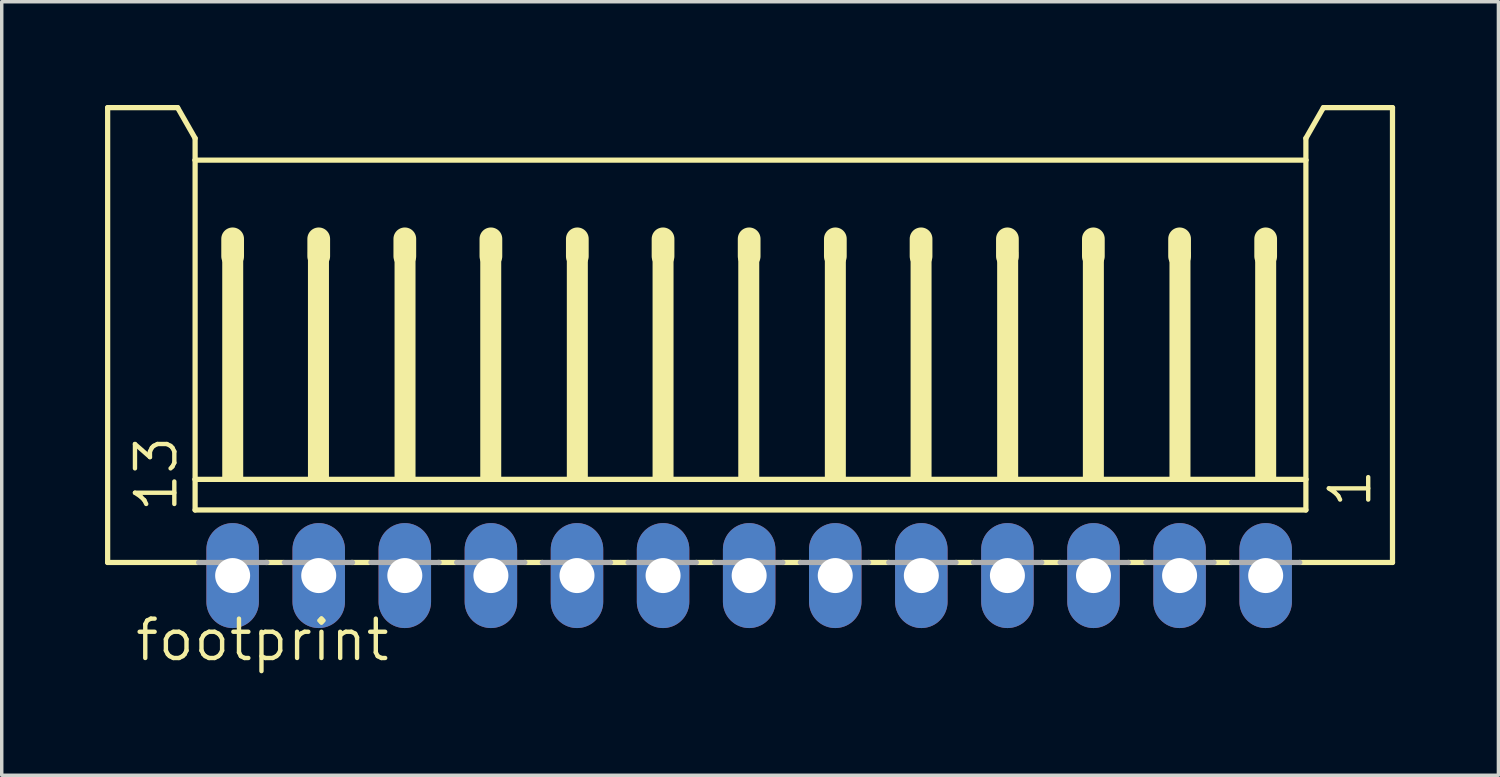
<source format=kicad_pcb>
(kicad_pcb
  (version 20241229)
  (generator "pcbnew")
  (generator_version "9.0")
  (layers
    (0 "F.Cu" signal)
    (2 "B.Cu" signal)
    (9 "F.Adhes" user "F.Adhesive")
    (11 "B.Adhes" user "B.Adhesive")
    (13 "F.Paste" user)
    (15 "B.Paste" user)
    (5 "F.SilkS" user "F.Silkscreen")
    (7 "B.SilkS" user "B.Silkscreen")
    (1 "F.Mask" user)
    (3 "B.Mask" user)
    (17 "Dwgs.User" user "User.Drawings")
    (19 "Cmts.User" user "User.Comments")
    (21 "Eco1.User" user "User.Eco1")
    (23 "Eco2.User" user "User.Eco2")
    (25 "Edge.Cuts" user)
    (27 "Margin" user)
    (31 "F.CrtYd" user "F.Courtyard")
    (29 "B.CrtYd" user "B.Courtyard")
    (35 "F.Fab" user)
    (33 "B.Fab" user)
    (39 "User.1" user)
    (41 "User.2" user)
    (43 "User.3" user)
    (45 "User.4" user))
  (footprint "footprint"
    (layer "F.Cu")
    (at 18.706 7.415)
    (property "Reference" "footprint" (at -17.893 8.79 0) (layer "F.SilkS") (effects (font (size 1.143 1.143) (thickness 0.127)) (justify left bottom)))
    (fp_line (start -18.63 -7.339) (end -16.598 -7.339) (stroke (width 0.152) (type solid)) (layer "F.SilkS"))
    (fp_line (start -18.63 5.869) (end -18.63 -7.339) (stroke (width 0.152) (type solid)) (layer "F.SilkS"))
    (fp_line (start -16.598 -7.339) (end -16.09 -6.45) (stroke (width 0.152) (type solid)) (layer "F.SilkS"))
    (fp_line (start -16.09 -6.45) (end -16.09 -5.815) (stroke (width 0.152) (type solid)) (layer "F.SilkS"))
    (fp_line (start -16.09 -5.815) (end -16.09 3.456) (stroke (width 0.152) (type solid)) (layer "F.SilkS"))
    (fp_line (start -16.09 3.456) (end -16.09 4.345) (stroke (width 0.152) (type solid)) (layer "F.SilkS"))
    (fp_line (start -16.013 5.869) (end -18.63 5.869) (stroke (width 0.152) (type solid)) (layer "F.SilkS"))
    (fp_line (start -15 -3.529) (end -15 -3.021) (stroke (width 0.66) (type solid)) (layer "F.SilkS"))
    (fp_line (start -13.524 5.869) (end -14.032 5.869) (stroke (width 0.152) (type solid)) (layer "F.SilkS"))
    (fp_line (start -12.5 -3.529) (end -12.5 -3.021) (stroke (width 0.66) (type solid)) (layer "F.SilkS"))
    (fp_line (start -11.035 5.869) (end -11.543 5.869) (stroke (width 0.152) (type solid)) (layer "F.SilkS"))
    (fp_line (start -10 -3.529) (end -10 -3.021) (stroke (width 0.66) (type solid)) (layer "F.SilkS"))
    (fp_line (start -8.52 5.869) (end -9.028 5.869) (stroke (width 0.152) (type solid)) (layer "F.SilkS"))
    (fp_line (start -7.5 -3.529) (end -7.5 -3.021) (stroke (width 0.66) (type solid)) (layer "F.SilkS"))
    (fp_line (start -6.006 5.869) (end -6.514 5.869) (stroke (width 0.152) (type solid)) (layer "F.SilkS"))
    (fp_line (start -4.99 -3.529) (end -4.99 -3.021) (stroke (width 0.66) (type solid)) (layer "F.SilkS"))
    (fp_line (start -3.517 5.869) (end -4.025 5.869) (stroke (width 0.152) (type solid)) (layer "F.SilkS"))
    (fp_line (start -2.501 -3.529) (end -2.501 -3.021) (stroke (width 0.66) (type solid)) (layer "F.SilkS"))
    (fp_line (start -1.002 5.869) (end -1.535 5.869) (stroke (width 0.152) (type solid)) (layer "F.SilkS"))
    (fp_line (start 0 -3.529) (end 0 -3.021) (stroke (width 0.66) (type solid)) (layer "F.SilkS"))
    (fp_line (start 1.487 5.869) (end 0.979 5.869) (stroke (width 0.152) (type solid)) (layer "F.SilkS"))
    (fp_line (start 2.503 -3.529) (end 2.503 -3.021) (stroke (width 0.66) (type solid)) (layer "F.SilkS"))
    (fp_line (start 4.053 5.869) (end 3.468 5.869) (stroke (width 0.152) (type solid)) (layer "F.SilkS"))
    (fp_line (start 4.992 -3.529) (end 4.992 -3.021) (stroke (width 0.66) (type solid)) (layer "F.SilkS"))
    (fp_line (start 6.516 5.869) (end 6.008 5.869) (stroke (width 0.152) (type solid)) (layer "F.SilkS"))
    (fp_line (start 7.5 -3.529) (end 7.5 -3.021) (stroke (width 0.66) (type solid)) (layer "F.SilkS"))
    (fp_line (start 9.031 5.869) (end 8.498 5.869) (stroke (width 0.152) (type solid)) (layer "F.SilkS"))
    (fp_line (start 9.996 -3.529) (end 9.996 -3.021) (stroke (width 0.66) (type solid)) (layer "F.SilkS"))
    (fp_line (start 11.52 5.869) (end 11.012 5.869) (stroke (width 0.152) (type solid)) (layer "F.SilkS"))
    (fp_line (start 12.5 -3.529) (end 12.5 -3.021) (stroke (width 0.66) (type solid)) (layer "F.SilkS"))
    (fp_line (start 14.009 5.869) (end 13.501 5.869) (stroke (width 0.152) (type solid)) (layer "F.SilkS"))
    (fp_line (start 15 -3.529) (end 15 -3.021) (stroke (width 0.66) (type solid)) (layer "F.SilkS"))
    (fp_line (start 16.168 -6.45) (end 16.168 -5.815) (stroke (width 0.152) (type solid)) (layer "F.SilkS"))
    (fp_line (start 16.168 -6.45) (end 16.676 -7.339) (stroke (width 0.152) (type solid)) (layer "F.SilkS"))
    (fp_line (start 16.168 -5.815) (end -16.09 -5.815) (stroke (width 0.152) (type solid)) (layer "F.SilkS"))
    (fp_line (start 16.168 -5.815) (end 16.168 3.456) (stroke (width 0.152) (type solid)) (layer "F.SilkS"))
    (fp_line (start 16.168 3.456) (end -16.09 3.456) (stroke (width 0.152) (type solid)) (layer "F.SilkS"))
    (fp_line (start 16.168 3.456) (end 16.168 4.345) (stroke (width 0.152) (type solid)) (layer "F.SilkS"))
    (fp_line (start 16.168 4.345) (end -16.09 4.345) (stroke (width 0.152) (type solid)) (layer "F.SilkS"))
    (fp_line (start 18.683 -7.339) (end 16.676 -7.339) (stroke (width 0.152) (type solid)) (layer "F.SilkS"))
    (fp_line (start 18.683 5.869) (end 15.991 5.869) (stroke (width 0.152) (type solid)) (layer "F.SilkS"))
    (fp_line (start 18.683 5.869) (end 18.683 -7.339) (stroke (width 0.152) (type solid)) (layer "F.SilkS"))
    (fp_poly (pts (xy -15.302 3.456) (xy -14.693 3.456) (xy -14.693 -3.148) (xy -15.302 -3.148)) (stroke (width 0) (type solid)) (fill yes) (layer "F.SilkS"))
    (fp_poly (pts (xy -12.813 3.456) (xy -12.203 3.456) (xy -12.203 -3.148) (xy -12.813 -3.148)) (stroke (width 0) (type solid)) (fill yes) (layer "F.SilkS"))
    (fp_poly (pts (xy -10.298 3.456) (xy -9.689 3.456) (xy -9.689 -3.148) (xy -10.298 -3.148)) (stroke (width 0) (type solid)) (fill yes) (layer "F.SilkS"))
    (fp_poly (pts (xy -7.809 3.456) (xy -7.2 3.456) (xy -7.2 -3.148) (xy -7.809 -3.148)) (stroke (width 0) (type solid)) (fill yes) (layer "F.SilkS"))
    (fp_poly (pts (xy -5.295 3.456) (xy -4.685 3.456) (xy -4.685 -3.148) (xy -5.295 -3.148)) (stroke (width 0) (type solid)) (fill yes) (layer "F.SilkS"))
    (fp_poly (pts (xy -2.805 3.456) (xy -2.196 3.456) (xy -2.196 -3.148) (xy -2.805 -3.148)) (stroke (width 0) (type solid)) (fill yes) (layer "F.SilkS"))
    (fp_poly (pts (xy -0.316 3.456) (xy 0.293 3.456) (xy 0.293 -3.148) (xy -0.316 -3.148)) (stroke (width 0) (type solid)) (fill yes) (layer "F.SilkS"))
    (fp_poly (pts (xy 2.198 3.456) (xy 2.808 3.456) (xy 2.808 -3.148) (xy 2.198 -3.148)) (stroke (width 0) (type solid)) (fill yes) (layer "F.SilkS"))
    (fp_poly (pts (xy 4.688 3.456) (xy 5.297 3.456) (xy 5.297 -3.148) (xy 4.688 -3.148)) (stroke (width 0) (type solid)) (fill yes) (layer "F.SilkS"))
    (fp_poly (pts (xy 7.202 3.456) (xy 7.812 3.456) (xy 7.812 -3.148) (xy 7.202 -3.148)) (stroke (width 0) (type solid)) (fill yes) (layer "F.SilkS"))
    (fp_poly (pts (xy 9.691 3.456) (xy 10.301 3.456) (xy 10.301 -3.148) (xy 9.691 -3.148)) (stroke (width 0) (type solid)) (fill yes) (layer "F.SilkS"))
    (fp_poly (pts (xy 12.206 3.456) (xy 12.816 3.456) (xy 12.816 -3.148) (xy 12.206 -3.148)) (stroke (width 0) (type solid)) (fill yes) (layer "F.SilkS"))
    (fp_poly (pts (xy 14.695 3.456) (xy 15.305 3.456) (xy 15.305 -3.148) (xy 14.695 -3.148)) (stroke (width 0) (type solid)) (fill yes) (layer "F.SilkS"))
    (fp_line (start -15.988 5.869) (end -14.007 5.869) (stroke (width 0.152) (type solid)) (layer "F.Fab"))
    (fp_line (start -13.499 5.869) (end -11.518 5.869) (stroke (width 0.152) (type solid)) (layer "F.Fab"))
    (fp_line (start -10.984 5.869) (end -9.003 5.869) (stroke (width 0.152) (type solid)) (layer "F.Fab"))
    (fp_line (start -8.495 5.869) (end -6.514 5.869) (stroke (width 0.152) (type solid)) (layer "F.Fab"))
    (fp_line (start -6.006 5.869) (end -4.025 5.869) (stroke (width 0.152) (type solid)) (layer "F.Fab"))
    (fp_line (start -3.517 5.869) (end -1.535 5.869) (stroke (width 0.152) (type solid)) (layer "F.Fab"))
    (fp_line (start -1.002 5.869) (end 0.979 5.869) (stroke (width 0.152) (type solid)) (layer "F.Fab"))
    (fp_line (start 1.487 5.869) (end 3.468 5.869) (stroke (width 0.152) (type solid)) (layer "F.Fab"))
    (fp_line (start 4.053 5.869) (end 6.008 5.869) (stroke (width 0.152) (type solid)) (layer "F.Fab"))
    (fp_line (start 6.516 5.869) (end 8.498 5.869) (stroke (width 0.152) (type solid)) (layer "F.Fab"))
    (fp_line (start 9.031 5.869) (end 11.012 5.869) (stroke (width 0.152) (type solid)) (layer "F.Fab"))
    (fp_line (start 11.52 5.869) (end 13.501 5.869) (stroke (width 0.152) (type solid)) (layer "F.Fab"))
    (fp_line (start 14.009 5.869) (end 15.991 5.869) (stroke (width 0.152) (type solid)) (layer "F.Fab"))
    (fp_poly (pts (xy -15.302 6.504) (xy -14.693 6.504) (xy -14.693 5.869) (xy -15.302 5.869)) (stroke (width 0.1) (type solid)) (fill no) (layer "F.Fab"))
    (fp_poly (pts (xy -12.813 6.504) (xy -12.203 6.504) (xy -12.203 5.869) (xy -12.813 5.869)) (stroke (width 0.1) (type solid)) (fill no) (layer "F.Fab"))
    (fp_poly (pts (xy -10.298 6.504) (xy -9.689 6.504) (xy -9.689 5.869) (xy -10.298 5.869)) (stroke (width 0.1) (type solid)) (fill no) (layer "F.Fab"))
    (fp_poly (pts (xy -7.809 6.504) (xy -7.2 6.504) (xy -7.2 5.869) (xy -7.809 5.869)) (stroke (width 0.1) (type solid)) (fill no) (layer "F.Fab"))
    (fp_poly (pts (xy -5.295 6.504) (xy -4.685 6.504) (xy -4.685 5.869) (xy -5.295 5.869)) (stroke (width 0.1) (type solid)) (fill no) (layer "F.Fab"))
    (fp_poly (pts (xy -2.805 6.504) (xy -2.196 6.504) (xy -2.196 5.869) (xy -2.805 5.869)) (stroke (width 0.1) (type solid)) (fill no) (layer "F.Fab"))
    (fp_poly (pts (xy -0.316 6.504) (xy 0.293 6.504) (xy 0.293 5.869) (xy -0.316 5.869)) (stroke (width 0.1) (type solid)) (fill no) (layer "F.Fab"))
    (fp_poly (pts (xy 2.198 6.504) (xy 2.808 6.504) (xy 2.808 5.869) (xy 2.198 5.869)) (stroke (width 0.1) (type solid)) (fill no) (layer "F.Fab"))
    (fp_poly (pts (xy 4.688 6.504) (xy 5.297 6.504) (xy 5.297 5.869) (xy 4.688 5.869)) (stroke (width 0.1) (type solid)) (fill no) (layer "F.Fab"))
    (fp_poly (pts (xy 7.202 6.504) (xy 7.812 6.504) (xy 7.812 5.869) (xy 7.202 5.869)) (stroke (width 0.1) (type solid)) (fill no) (layer "F.Fab"))
    (fp_poly (pts (xy 9.691 6.504) (xy 10.301 6.504) (xy 10.301 5.869) (xy 9.691 5.869)) (stroke (width 0.1) (type solid)) (fill no) (layer "F.Fab"))
    (fp_poly (pts (xy 12.206 6.504) (xy 12.816 6.504) (xy 12.816 5.869) (xy 12.206 5.869)) (stroke (width 0.1) (type solid)) (fill no) (layer "F.Fab"))
    (fp_poly (pts (xy 14.695 6.504) (xy 15.305 6.504) (xy 15.305 5.869) (xy 14.695 5.869)) (stroke (width 0.1) (type solid)) (fill no) (layer "F.Fab"))
    (fp_text user "13" (at -16.547 4.472 90) (layer "F.SilkS") (effects (font (size 1.143 1.143) (thickness 0.127)) (justify left bottom)))
    (fp_text user "1" (at 18.124 4.345 90) (layer "F.SilkS") (effects (font (size 1.143 1.143) (thickness 0.127)) (justify left bottom)))
    (pad "1" thru_hole oval (at 15 6.25 90) (size 3.048 1.524) (drill 1.016) (layers "*.Cu" "*.Mask"))
    (pad "2" thru_hole oval (at 12.5 6.25 90) (size 3.048 1.524) (drill 1.016) (layers "*.Cu" "*.Mask"))
    (pad "3" thru_hole oval (at 10 6.25 90) (size 3.048 1.524) (drill 1.016) (layers "*.Cu" "*.Mask"))
    (pad "4" thru_hole oval (at 7.5 6.25 90) (size 3.048 1.524) (drill 1.016) (layers "*.Cu" "*.Mask"))
    (pad "5" thru_hole oval (at 5 6.25 90) (size 3.048 1.524) (drill 1.016) (layers "*.Cu" "*.Mask"))
    (pad "6" thru_hole oval (at 2.5 6.25 90) (size 3.048 1.524) (drill 1.016) (layers "*.Cu" "*.Mask"))
    (pad "7" thru_hole oval (at 0 6.25 90) (size 3.048 1.524) (drill 1.016) (layers "*.Cu" "*.Mask"))
    (pad "8" thru_hole oval (at -2.5 6.25 90) (size 3.048 1.524) (drill 1.016) (layers "*.Cu" "*.Mask"))
    (pad "9" thru_hole oval (at -5 6.25 90) (size 3.048 1.524) (drill 1.016) (layers "*.Cu" "*.Mask"))
    (pad "10" thru_hole oval (at -7.5 6.25 90) (size 3.048 1.524) (drill 1.016) (layers "*.Cu" "*.Mask"))
    (pad "11" thru_hole oval (at -10 6.25 90) (size 3.048 1.524) (drill 1.016) (layers "*.Cu" "*.Mask"))
    (pad "12" thru_hole oval (at -12.5 6.25 90) (size 3.048 1.524) (drill 1.016) (layers "*.Cu" "*.Mask"))
    (pad "13" thru_hole oval (at -15 6.25 90) (size 3.048 1.524) (drill 1.016) (layers "*.Cu" "*.Mask")))
  (gr_rect
    (start -3 -3)
    (end 40.465 19.464)
    (stroke (width 0.1) (type default))
    (fill no)
    (layer "Edge.Cuts")))
</source>
